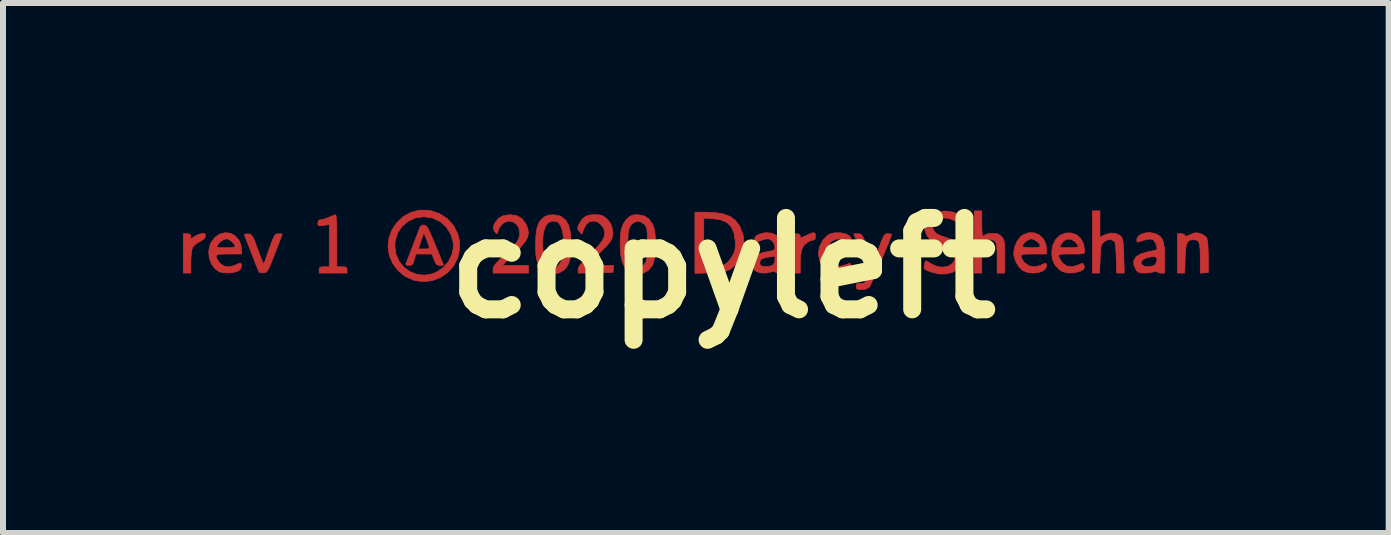
<source format=kicad_pcb>
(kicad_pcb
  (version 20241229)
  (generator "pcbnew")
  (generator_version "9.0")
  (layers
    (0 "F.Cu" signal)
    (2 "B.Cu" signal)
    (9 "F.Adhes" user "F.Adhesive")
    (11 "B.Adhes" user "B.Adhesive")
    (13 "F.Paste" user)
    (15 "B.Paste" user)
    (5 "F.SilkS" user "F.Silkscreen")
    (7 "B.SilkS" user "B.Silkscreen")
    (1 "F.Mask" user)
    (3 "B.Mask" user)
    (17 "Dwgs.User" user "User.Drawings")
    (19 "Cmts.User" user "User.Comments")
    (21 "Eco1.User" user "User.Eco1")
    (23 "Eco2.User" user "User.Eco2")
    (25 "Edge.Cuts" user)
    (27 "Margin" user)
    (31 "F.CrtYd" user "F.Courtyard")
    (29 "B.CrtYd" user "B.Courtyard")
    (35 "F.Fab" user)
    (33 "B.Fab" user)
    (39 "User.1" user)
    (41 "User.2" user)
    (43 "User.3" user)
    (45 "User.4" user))
  (footprint "copyleft"
    (layer "F.Cu")
    (at 9.001 1.418)
    (property "Reference" "copyleft" (at 0 0 0) (layer "F.SilkS") (effects (font (size 1.524 1.524) (thickness 0.3))))
    (attr through_hole)
    (fp_poly (pts (xy -8.643 -0.575) (xy -8.627 -0.555) (xy -8.625 -0.535) (xy -8.638 -0.497) (xy -8.681 -0.461) (xy -8.721 -0.44) (xy -8.782 -0.401) (xy -8.829 -0.357) (xy -8.842 -0.339) (xy -8.854 -0.292) (xy -8.864 -0.217) (xy -8.868 -0.125) (xy -8.869 -0.101) (xy -8.869 0.085) (xy -8.996 0.085) (xy -8.996 -0.572) (xy -8.932 -0.572) (xy -8.886 -0.565) (xy -8.87 -0.54) (xy -8.869 -0.528) (xy -8.869 -0.484) (xy -8.809 -0.526) (xy -8.748 -0.558) (xy -8.688 -0.575) (xy -8.643 -0.575)) (stroke (width 0.01) (type solid)) (fill yes) (layer "F.Cu"))
    (fp_poly (pts (xy 1.537 -0.578) (xy 1.545 -0.541) (xy 1.545 -0.529) (xy 1.538 -0.481) (xy 1.512 -0.466) (xy 1.508 -0.466) (xy 1.466 -0.455) (xy 1.411 -0.429) (xy 1.404 -0.424) (xy 1.353 -0.38) (xy 1.319 -0.314) (xy 1.299 -0.221) (xy 1.291 -0.094) (xy 1.291 -0.069) (xy 1.291 0.085) (xy 1.164 0.085) (xy 1.164 -0.572) (xy 1.228 -0.572) (xy 1.275 -0.564) (xy 1.291 -0.539) (xy 1.291 -0.532) (xy 1.294 -0.511) (xy 1.309 -0.506) (xy 1.345 -0.52) (xy 1.39 -0.543) (xy 1.466 -0.578) (xy 1.513 -0.59) (xy 1.537 -0.578)) (stroke (width 0.01) (type solid)) (fill yes) (layer "F.Cu"))
    (fp_poly (pts (xy 6.287 -0.513) (xy 6.369 -0.554) (xy 6.461 -0.582) (xy 6.55 -0.577) (xy 6.624 -0.54) (xy 6.64 -0.525) (xy 6.656 -0.501) (xy 6.667 -0.466) (xy 6.675 -0.411) (xy 6.681 -0.331) (xy 6.685 -0.216) (xy 6.685 -0.199) (xy 6.692 0.085) (xy 6.565 0.085) (xy 6.558 -0.168) (xy 6.554 -0.269) (xy 6.547 -0.353) (xy 6.539 -0.414) (xy 6.53 -0.441) (xy 6.469 -0.474) (xy 6.403 -0.466) (xy 6.359 -0.438) (xy 6.333 -0.414) (xy 6.316 -0.388) (xy 6.305 -0.351) (xy 6.298 -0.294) (xy 6.293 -0.209) (xy 6.291 -0.151) (xy 6.281 0.085) (xy 6.16 0.085) (xy 6.16 -0.953) (xy 6.287 -0.953) (xy 6.287 -0.513)) (stroke (width 0.01) (type solid)) (fill yes) (layer "F.Cu"))
    (fp_poly (pts (xy -6.448 -0.869) (xy -6.443 -0.813) (xy -6.439 -0.726) (xy -6.436 -0.616) (xy -6.435 -0.489) (xy -6.435 -0.455) (xy -6.435 -0.021) (xy -6.35 -0.021) (xy -6.295 -0.018) (xy -6.271 -0.005) (xy -6.265 0.027) (xy -6.265 0.032) (xy -6.265 0.085) (xy -6.731 0.085) (xy -6.731 0.032) (xy -6.726 -0.002) (xy -6.705 -0.017) (xy -6.654 -0.021) (xy -6.646 -0.021) (xy -6.562 -0.021) (xy -6.562 -0.724) (xy -6.657 -0.71) (xy -6.715 -0.703) (xy -6.743 -0.708) (xy -6.752 -0.729) (xy -6.752 -0.75) (xy -6.743 -0.792) (xy -6.71 -0.805) (xy -6.705 -0.805) (xy -6.657 -0.814) (xy -6.592 -0.836) (xy -6.565 -0.847) (xy -6.506 -0.872) (xy -6.464 -0.887) (xy -6.454 -0.889) (xy -6.448 -0.869)) (stroke (width 0.01) (type solid)) (fill yes) (layer "F.Cu"))
    (fp_poly (pts (xy 7.96 -0.574) (xy 8.019 -0.547) (xy 8.062 -0.511) (xy 8.067 -0.503) (xy 8.078 -0.461) (xy 8.087 -0.385) (xy 8.092 -0.281) (xy 8.094 -0.191) (xy 8.096 0.074) (xy 8.027 0.081) (xy 7.959 0.087) (xy 7.959 -0.165) (xy 7.957 -0.285) (xy 7.951 -0.369) (xy 7.938 -0.424) (xy 7.916 -0.455) (xy 7.882 -0.468) (xy 7.84 -0.471) (xy 7.792 -0.465) (xy 7.757 -0.445) (xy 7.734 -0.403) (xy 7.719 -0.334) (xy 7.711 -0.232) (xy 7.708 -0.158) (xy 7.701 0.085) (xy 7.578 0.085) (xy 7.578 -0.572) (xy 7.641 -0.572) (xy 7.69 -0.563) (xy 7.705 -0.542) (xy 7.713 -0.528) (xy 7.744 -0.535) (xy 7.791 -0.556) (xy 7.852 -0.582) (xy 7.901 -0.587) (xy 7.96 -0.574)) (stroke (width 0.01) (type solid)) (fill yes) (layer "F.Cu"))
    (fp_poly (pts (xy -0.126 -0.924) (xy 0.013 -0.9) (xy 0.123 -0.858) (xy 0.208 -0.795) (xy 0.274 -0.709) (xy 0.29 -0.679) (xy 0.341 -0.539) (xy 0.355 -0.397) (xy 0.333 -0.259) (xy 0.277 -0.135) (xy 0.24 -0.087) (xy 0.183 -0.025) (xy 0.127 0.019) (xy 0.063 0.048) (xy -0.018 0.066) (xy -0.125 0.076) (xy -0.217 0.081) (xy -0.466 0.09) (xy -0.466 -0.017) (xy -0.318 -0.017) (xy -0.16 -0.025) (xy -0.059 -0.034) (xy 0.011 -0.051) (xy 0.057 -0.076) (xy 0.103 -0.121) (xy 0.15 -0.185) (xy 0.166 -0.213) (xy 0.194 -0.275) (xy 0.206 -0.335) (xy 0.208 -0.412) (xy 0.206 -0.448) (xy 0.185 -0.584) (xy 0.14 -0.686) (xy 0.068 -0.758) (xy -0.035 -0.802) (xy -0.163 -0.821) (xy -0.318 -0.831) (xy -0.318 -0.017) (xy -0.466 -0.017) (xy -0.466 -0.931) (xy -0.299 -0.931) (xy -0.126 -0.924)) (stroke (width 0.01) (type solid)) (fill yes) (layer "F.Cu"))
    (fp_poly (pts (xy 4.318 -0.741) (xy 4.319 -0.638) (xy 4.324 -0.572) (xy 4.334 -0.539) (xy 4.351 -0.534) (xy 4.375 -0.553) (xy 4.377 -0.554) (xy 4.411 -0.569) (xy 4.471 -0.577) (xy 4.501 -0.579) (xy 4.57 -0.574) (xy 4.615 -0.554) (xy 4.649 -0.521) (xy 4.67 -0.495) (xy 4.684 -0.466) (xy 4.692 -0.426) (xy 4.697 -0.367) (xy 4.699 -0.281) (xy 4.699 -0.189) (xy 4.699 0.085) (xy 4.572 0.085) (xy 4.572 -0.167) (xy 4.571 -0.28) (xy 4.567 -0.359) (xy 4.557 -0.41) (xy 4.539 -0.442) (xy 4.51 -0.462) (xy 4.472 -0.475) (xy 4.426 -0.475) (xy 4.378 -0.442) (xy 4.371 -0.436) (xy 4.348 -0.41) (xy 4.333 -0.383) (xy 4.324 -0.344) (xy 4.319 -0.285) (xy 4.318 -0.196) (xy 4.318 -0.149) (xy 4.318 0.085) (xy 4.191 0.085) (xy 4.191 -0.953) (xy 4.318 -0.953) (xy 4.318 -0.741)) (stroke (width 0.01) (type solid)) (fill yes) (layer "F.Cu"))
    (fp_poly (pts (xy 1.965 -0.587) (xy 2.045 -0.57) (xy 2.105 -0.541) (xy 2.136 -0.503) (xy 2.138 -0.489) (xy 2.129 -0.447) (xy 2.098 -0.434) (xy 2.04 -0.449) (xy 2.024 -0.455) (xy 1.944 -0.482) (xy 1.882 -0.48) (xy 1.824 -0.45) (xy 1.803 -0.434) (xy 1.744 -0.359) (xy 1.721 -0.267) (xy 1.735 -0.169) (xy 1.75 -0.133) (xy 1.799 -0.064) (xy 1.866 -0.029) (xy 1.953 -0.028) (xy 2.064 -0.059) (xy 2.101 -0.073) (xy 2.128 -0.077) (xy 2.137 -0.05) (xy 2.138 -0.035) (xy 2.119 0.016) (xy 2.069 0.054) (xy 1.997 0.078) (xy 1.914 0.086) (xy 1.828 0.076) (xy 1.751 0.047) (xy 1.734 0.037) (xy 1.656 -0.04) (xy 1.609 -0.136) (xy 1.593 -0.244) (xy 1.61 -0.353) (xy 1.661 -0.455) (xy 1.691 -0.492) (xy 1.747 -0.545) (xy 1.798 -0.573) (xy 1.864 -0.586) (xy 1.875 -0.587) (xy 1.965 -0.587)) (stroke (width 0.01) (type solid)) (fill yes) (layer "F.Cu"))
    (fp_poly (pts (xy -3.433 -0.872) (xy -3.347 -0.822) (xy -3.284 -0.736) (xy -3.28 -0.729) (xy -3.25 -0.653) (xy -3.241 -0.584) (xy -3.254 -0.515) (xy -3.294 -0.442) (xy -3.362 -0.357) (xy -3.46 -0.254) (xy -3.487 -0.228) (xy -3.678 -0.042) (xy -3.239 -0.042) (xy -3.239 0.085) (xy -3.831 0.085) (xy -3.831 0.023) (xy -3.826 -0.01) (xy -3.806 -0.047) (xy -3.766 -0.093) (xy -3.703 -0.157) (xy -3.651 -0.205) (xy -3.548 -0.302) (xy -3.474 -0.38) (xy -3.426 -0.445) (xy -3.399 -0.504) (xy -3.388 -0.562) (xy -3.387 -0.587) (xy -3.403 -0.672) (xy -3.446 -0.735) (xy -3.507 -0.773) (xy -3.577 -0.782) (xy -3.646 -0.758) (xy -3.692 -0.718) (xy -3.727 -0.666) (xy -3.746 -0.62) (xy -3.747 -0.612) (xy -3.756 -0.577) (xy -3.779 -0.577) (xy -3.807 -0.61) (xy -3.814 -0.626) (xy -3.827 -0.67) (xy -3.818 -0.715) (xy -3.799 -0.754) (xy -3.739 -0.831) (xy -3.655 -0.875) (xy -3.544 -0.889) (xy -3.433 -0.872)) (stroke (width 0.01) (type solid)) (fill yes) (layer "F.Cu"))
    (fp_poly (pts (xy -2.058 -0.886) (xy -2.007 -0.873) (xy -1.962 -0.844) (xy -1.934 -0.82) (xy -1.871 -0.743) (xy -1.845 -0.666) (xy -1.835 -0.596) (xy -1.836 -0.538) (xy -1.85 -0.486) (xy -1.883 -0.432) (xy -1.938 -0.368) (xy -2.019 -0.286) (xy -2.057 -0.249) (xy -2.27 -0.042) (xy -1.818 -0.042) (xy -1.824 0.016) (xy -1.831 0.074) (xy -2.122 0.08) (xy -2.413 0.086) (xy -2.413 0.027) (xy -2.406 -0.006) (xy -2.383 -0.046) (xy -2.34 -0.1) (xy -2.271 -0.173) (xy -2.221 -0.223) (xy -2.124 -0.321) (xy -2.054 -0.398) (xy -2.009 -0.46) (xy -1.982 -0.512) (xy -1.97 -0.562) (xy -1.968 -0.593) (xy -1.986 -0.66) (xy -2.031 -0.722) (xy -2.091 -0.768) (xy -2.148 -0.783) (xy -2.221 -0.771) (xy -2.274 -0.731) (xy -2.316 -0.655) (xy -2.317 -0.652) (xy -2.353 -0.561) (xy -2.393 -0.61) (xy -2.417 -0.643) (xy -2.422 -0.671) (xy -2.407 -0.71) (xy -2.392 -0.741) (xy -2.342 -0.819) (xy -2.282 -0.865) (xy -2.202 -0.886) (xy -2.133 -0.889) (xy -2.058 -0.886)) (stroke (width 0.01) (type solid)) (fill yes) (layer "F.Cu"))
    (fp_poly (pts (xy -7.363 -0.57) (xy -7.345 -0.565) (xy -7.352 -0.544) (xy -7.372 -0.491) (xy -7.403 -0.412) (xy -7.44 -0.313) (xy -7.468 -0.242) (xy -7.514 -0.124) (xy -7.549 -0.04) (xy -7.575 0.017) (xy -7.596 0.052) (xy -7.616 0.07) (xy -7.638 0.078) (xy -7.656 0.081) (xy -7.705 0.08) (xy -7.732 0.07) (xy -7.732 0.07) (xy -7.743 0.045) (xy -7.766 -0.012) (xy -7.799 -0.093) (xy -7.837 -0.192) (xy -7.853 -0.233) (xy -7.893 -0.337) (xy -7.929 -0.428) (xy -7.956 -0.498) (xy -7.972 -0.54) (xy -7.975 -0.547) (xy -7.971 -0.565) (xy -7.934 -0.569) (xy -7.915 -0.568) (xy -7.885 -0.563) (xy -7.862 -0.552) (xy -7.842 -0.528) (xy -7.819 -0.484) (xy -7.791 -0.412) (xy -7.758 -0.323) (xy -7.723 -0.23) (xy -7.693 -0.152) (xy -7.67 -0.097) (xy -7.659 -0.074) (xy -7.647 -0.085) (xy -7.63 -0.126) (xy -7.622 -0.15) (xy -7.602 -0.212) (xy -7.572 -0.297) (xy -7.538 -0.388) (xy -7.532 -0.404) (xy -7.5 -0.486) (xy -7.476 -0.536) (xy -7.454 -0.561) (xy -7.428 -0.57) (xy -7.406 -0.572) (xy -7.363 -0.57)) (stroke (width 0.01) (type solid)) (fill yes) (layer "F.Cu"))
    (fp_poly (pts (xy -4.958 -0.709) (xy -4.938 -0.692) (xy -4.915 -0.659) (xy -4.887 -0.604) (xy -4.851 -0.522) (xy -4.803 -0.407) (xy -4.792 -0.381) (xy -4.747 -0.272) (xy -4.709 -0.178) (xy -4.679 -0.105) (xy -4.661 -0.06) (xy -4.657 -0.048) (xy -4.675 -0.044) (xy -4.717 -0.042) (xy -4.757 -0.048) (xy -4.784 -0.072) (xy -4.809 -0.124) (xy -4.814 -0.138) (xy -4.851 -0.233) (xy -5.117 -0.233) (xy -5.144 -0.138) (xy -5.163 -0.079) (xy -5.184 -0.051) (xy -5.218 -0.043) (xy -5.233 -0.042) (xy -5.276 -0.047) (xy -5.286 -0.064) (xy -5.281 -0.079) (xy -5.268 -0.112) (xy -5.244 -0.176) (xy -5.21 -0.262) (xy -5.189 -0.318) (xy -5.075 -0.318) (xy -4.981 -0.318) (xy -4.923 -0.319) (xy -4.899 -0.328) (xy -4.897 -0.35) (xy -4.901 -0.365) (xy -4.919 -0.415) (xy -4.943 -0.481) (xy -4.95 -0.499) (xy -4.985 -0.586) (xy -5.03 -0.452) (xy -5.075 -0.318) (xy -5.189 -0.318) (xy -5.172 -0.362) (xy -5.165 -0.381) (xy -5.126 -0.482) (xy -5.091 -0.572) (xy -5.065 -0.641) (xy -5.049 -0.68) (xy -5.048 -0.684) (xy -5.015 -0.714) (xy -4.979 -0.716) (xy -4.958 -0.709)) (stroke (width 0.01) (type solid)) (fill yes) (layer "F.Cu"))
    (fp_poly (pts (xy 2.279 -0.57) (xy 2.302 -0.562) (xy 2.322 -0.541) (xy 2.344 -0.501) (xy 2.373 -0.434) (xy 2.413 -0.335) (xy 2.417 -0.326) (xy 2.514 -0.081) (xy 2.54 -0.162) (xy 2.561 -0.222) (xy 2.59 -0.304) (xy 2.624 -0.394) (xy 2.629 -0.407) (xy 2.661 -0.488) (xy 2.684 -0.537) (xy 2.706 -0.562) (xy 2.732 -0.571) (xy 2.753 -0.572) (xy 2.797 -0.569) (xy 2.815 -0.563) (xy 2.807 -0.535) (xy 2.785 -0.476) (xy 2.752 -0.392) (xy 2.71 -0.291) (xy 2.664 -0.179) (xy 2.615 -0.063) (xy 2.567 0.049) (xy 2.522 0.15) (xy 2.485 0.234) (xy 2.457 0.294) (xy 2.442 0.321) (xy 2.441 0.321) (xy 2.387 0.352) (xy 2.314 0.36) (xy 2.257 0.358) (xy 2.23 0.346) (xy 2.223 0.318) (xy 2.223 0.306) (xy 2.227 0.269) (xy 2.251 0.256) (xy 2.291 0.258) (xy 2.334 0.258) (xy 2.364 0.242) (xy 2.393 0.201) (xy 2.41 0.169) (xy 2.461 0.074) (xy 2.35 -0.18) (xy 2.305 -0.282) (xy 2.264 -0.376) (xy 2.231 -0.452) (xy 2.21 -0.5) (xy 2.209 -0.503) (xy 2.18 -0.572) (xy 2.249 -0.572) (xy 2.279 -0.57)) (stroke (width 0.01) (type solid)) (fill yes) (layer "F.Cu"))
    (fp_poly (pts (xy -4.872 -0.957) (xy -4.721 -0.906) (xy -4.593 -0.823) (xy -4.494 -0.713) (xy -4.493 -0.712) (xy -4.422 -0.579) (xy -4.388 -0.445) (xy -4.388 -0.312) (xy -4.421 -0.165) (xy -4.488 -0.035) (xy -4.583 0.073) (xy -4.701 0.155) (xy -4.835 0.208) (xy -4.979 0.228) (xy -5.129 0.211) (xy -5.161 0.201) (xy -5.3 0.138) (xy -5.415 0.044) (xy -5.503 -0.074) (xy -5.561 -0.208) (xy -5.583 -0.353) (xy -5.581 -0.37) (xy -5.468 -0.37) (xy -5.45 -0.232) (xy -5.397 -0.112) (xy -5.317 -0.013) (xy -5.215 0.061) (xy -5.097 0.106) (xy -4.97 0.119) (xy -4.839 0.096) (xy -4.766 0.065) (xy -4.66 -0.01) (xy -4.575 -0.11) (xy -4.517 -0.225) (xy -4.492 -0.347) (xy -4.496 -0.425) (xy -4.538 -0.567) (xy -4.612 -0.684) (xy -4.713 -0.774) (xy -4.837 -0.832) (xy -4.978 -0.854) (xy -4.987 -0.854) (xy -5.124 -0.835) (xy -5.246 -0.78) (xy -5.346 -0.695) (xy -5.42 -0.586) (xy -5.461 -0.456) (xy -5.468 -0.37) (xy -5.581 -0.37) (xy -5.571 -0.481) (xy -5.521 -0.629) (xy -5.439 -0.754) (xy -5.332 -0.855) (xy -5.205 -0.926) (xy -5.065 -0.964) (xy -4.916 -0.964) (xy -4.872 -0.957)) (stroke (width 0.01) (type solid)) (fill yes) (layer "F.Cu"))
    (fp_poly (pts (xy -2.723 -0.869) (xy -2.686 -0.852) (xy -2.619 -0.796) (xy -2.572 -0.714) (xy -2.543 -0.602) (xy -2.531 -0.456) (xy -2.53 -0.402) (xy -2.534 -0.262) (xy -2.546 -0.156) (xy -2.571 -0.074) (xy -2.608 -0.01) (xy -2.645 0.031) (xy -2.72 0.078) (xy -2.813 0.1) (xy -2.907 0.096) (xy -2.967 0.075) (xy -3.009 0.037) (xy -3.053 -0.022) (xy -3.072 -0.058) (xy -3.095 -0.108) (xy -3.109 -0.157) (xy -3.117 -0.217) (xy -3.121 -0.298) (xy -3.121 -0.402) (xy -3.121 -0.419) (xy -3.006 -0.419) (xy -2.997 -0.282) (xy -2.975 -0.168) (xy -2.939 -0.081) (xy -2.894 -0.023) (xy -2.841 0.002) (xy -2.784 -0.01) (xy -2.734 -0.05) (xy -2.696 -0.112) (xy -2.67 -0.2) (xy -2.656 -0.304) (xy -2.652 -0.416) (xy -2.66 -0.527) (xy -2.678 -0.627) (xy -2.706 -0.707) (xy -2.744 -0.759) (xy -2.763 -0.77) (xy -2.842 -0.783) (xy -2.907 -0.758) (xy -2.957 -0.695) (xy -2.989 -0.597) (xy -3.005 -0.466) (xy -3.006 -0.419) (xy -3.121 -0.419) (xy -3.116 -0.552) (xy -3.099 -0.666) (xy -3.068 -0.753) (xy -3.022 -0.816) (xy -2.976 -0.854) (xy -2.902 -0.882) (xy -2.811 -0.887) (xy -2.723 -0.869)) (stroke (width 0.01) (type solid)) (fill yes) (layer "F.Cu"))
    (fp_poly (pts (xy -8.211 -0.58) (xy -8.132 -0.538) (xy -8.068 -0.464) (xy -8.051 -0.429) (xy -8.03 -0.361) (xy -8.022 -0.297) (xy -8.022 -0.233) (xy -8.234 -0.233) (xy -8.33 -0.232) (xy -8.392 -0.229) (xy -8.427 -0.223) (xy -8.442 -0.211) (xy -8.445 -0.193) (xy -8.445 -0.192) (xy -8.432 -0.15) (xy -8.4 -0.098) (xy -8.391 -0.086) (xy -8.322 -0.035) (xy -8.237 -0.02) (xy -8.144 -0.042) (xy -8.12 -0.053) (xy -8.064 -0.079) (xy -8.034 -0.079) (xy -8.023 -0.052) (xy -8.022 -0.032) (xy -8.039 0.018) (xy -8.085 0.052) (xy -8.153 0.073) (xy -8.241 0.082) (xy -8.329 0.079) (xy -8.393 0.064) (xy -8.47 0.011) (xy -8.528 -0.071) (xy -8.563 -0.171) (xy -8.572 -0.278) (xy -8.556 -0.359) (xy -8.433 -0.359) (xy -8.426 -0.347) (xy -8.396 -0.341) (xy -8.335 -0.339) (xy -8.287 -0.339) (xy -8.203 -0.341) (xy -8.147 -0.349) (xy -8.128 -0.361) (xy -8.144 -0.396) (xy -8.183 -0.437) (xy -8.23 -0.472) (xy -8.27 -0.487) (xy -8.27 -0.487) (xy -8.327 -0.47) (xy -8.386 -0.429) (xy -8.425 -0.38) (xy -8.433 -0.359) (xy -8.556 -0.359) (xy -8.551 -0.383) (xy -8.533 -0.424) (xy -8.468 -0.511) (xy -8.387 -0.566) (xy -8.299 -0.589) (xy -8.211 -0.58)) (stroke (width 0.01) (type solid)) (fill yes) (layer "F.Cu"))
    (fp_poly (pts (xy 5.189 -0.587) (xy 5.273 -0.554) (xy 5.341 -0.491) (xy 5.384 -0.403) (xy 5.397 -0.309) (xy 5.397 -0.233) (xy 5.186 -0.233) (xy 5.09 -0.232) (xy 5.028 -0.23) (xy 4.993 -0.223) (xy 4.978 -0.212) (xy 4.974 -0.193) (xy 4.974 -0.189) (xy 4.989 -0.146) (xy 5.024 -0.096) (xy 5.036 -0.083) (xy 5.112 -0.034) (xy 5.203 -0.021) (xy 5.294 -0.043) (xy 5.313 -0.053) (xy 5.364 -0.078) (xy 5.389 -0.077) (xy 5.397 -0.047) (xy 5.397 -0.032) (xy 5.379 0.017) (xy 5.328 0.054) (xy 5.256 0.077) (xy 5.173 0.085) (xy 5.087 0.076) (xy 5.009 0.047) (xy 4.999 0.042) (xy 4.935 -0.018) (xy 4.883 -0.105) (xy 4.853 -0.202) (xy 4.848 -0.254) (xy 4.864 -0.35) (xy 4.872 -0.369) (xy 4.995 -0.369) (xy 5.005 -0.352) (xy 5.041 -0.343) (xy 5.108 -0.339) (xy 5.144 -0.339) (xy 5.225 -0.341) (xy 5.272 -0.348) (xy 5.29 -0.362) (xy 5.292 -0.369) (xy 5.275 -0.404) (xy 5.234 -0.444) (xy 5.184 -0.475) (xy 5.144 -0.487) (xy 5.099 -0.473) (xy 5.049 -0.441) (xy 5.01 -0.401) (xy 4.995 -0.369) (xy 4.872 -0.369) (xy 4.904 -0.445) (xy 4.963 -0.521) (xy 4.999 -0.55) (xy 5.096 -0.588) (xy 5.189 -0.587)) (stroke (width 0.01) (type solid)) (fill yes) (layer "F.Cu"))
    (fp_poly (pts (xy 5.891 -0.557) (xy 5.965 -0.494) (xy 6.014 -0.403) (xy 6.032 -0.289) (xy 6.032 -0.28) (xy 6.031 -0.259) (xy 6.02 -0.245) (xy 5.993 -0.238) (xy 5.942 -0.234) (xy 5.86 -0.233) (xy 5.812 -0.233) (xy 5.714 -0.233) (xy 5.651 -0.23) (xy 5.616 -0.225) (xy 5.601 -0.215) (xy 5.601 -0.197) (xy 5.603 -0.185) (xy 5.625 -0.138) (xy 5.664 -0.085) (xy 5.669 -0.079) (xy 5.739 -0.032) (xy 5.825 -0.022) (xy 5.92 -0.05) (xy 5.931 -0.055) (xy 5.977 -0.075) (xy 6.003 -0.073) (xy 6.014 -0.06) (xy 6.031 -0.012) (xy 6.011 0.025) (xy 5.959 0.054) (xy 5.853 0.082) (xy 5.747 0.083) (xy 5.654 0.057) (xy 5.61 0.029) (xy 5.535 -0.052) (xy 5.494 -0.146) (xy 5.482 -0.258) (xy 5.497 -0.362) (xy 5.622 -0.362) (xy 5.625 -0.348) (xy 5.65 -0.341) (xy 5.704 -0.339) (xy 5.767 -0.339) (xy 5.852 -0.341) (xy 5.907 -0.349) (xy 5.927 -0.361) (xy 5.913 -0.39) (xy 5.879 -0.43) (xy 5.875 -0.435) (xy 5.808 -0.478) (xy 5.74 -0.482) (xy 5.677 -0.446) (xy 5.633 -0.386) (xy 5.622 -0.362) (xy 5.497 -0.362) (xy 5.499 -0.375) (xy 5.545 -0.471) (xy 5.617 -0.542) (xy 5.707 -0.581) (xy 5.796 -0.586) (xy 5.891 -0.557)) (stroke (width 0.01) (type solid)) (fill yes) (layer "F.Cu"))
    (fp_poly (pts (xy -1.317 -0.872) (xy -1.234 -0.82) (xy -1.171 -0.731) (xy -1.153 -0.689) (xy -1.135 -0.614) (xy -1.125 -0.513) (xy -1.122 -0.397) (xy -1.127 -0.279) (xy -1.139 -0.171) (xy -1.157 -0.085) (xy -1.171 -0.047) (xy -1.236 0.035) (xy -1.322 0.086) (xy -1.419 0.103) (xy -1.516 0.085) (xy -1.568 0.058) (xy -1.632 -0.005) (xy -1.677 -0.098) (xy -1.704 -0.223) (xy -1.713 -0.384) (xy -1.713 -0.392) (xy -1.712 -0.458) (xy -1.584 -0.458) (xy -1.582 -0.292) (xy -1.563 -0.164) (xy -1.527 -0.073) (xy -1.5 -0.04) (xy -1.442 -0.007) (xy -1.378 -0.012) (xy -1.318 -0.054) (xy -1.304 -0.07) (xy -1.285 -0.099) (xy -1.273 -0.133) (xy -1.265 -0.18) (xy -1.261 -0.249) (xy -1.26 -0.348) (xy -1.259 -0.402) (xy -1.26 -0.514) (xy -1.262 -0.593) (xy -1.267 -0.645) (xy -1.277 -0.681) (xy -1.292 -0.707) (xy -1.312 -0.73) (xy -1.376 -0.773) (xy -1.444 -0.776) (xy -1.508 -0.74) (xy -1.532 -0.713) (xy -1.555 -0.674) (xy -1.57 -0.625) (xy -1.579 -0.554) (xy -1.584 -0.458) (xy -1.712 -0.458) (xy -1.709 -0.533) (xy -1.695 -0.641) (xy -1.666 -0.724) (xy -1.623 -0.792) (xy -1.598 -0.819) (xy -1.548 -0.863) (xy -1.5 -0.883) (xy -1.433 -0.889) (xy -1.422 -0.889) (xy -1.317 -0.872)) (stroke (width 0.01) (type solid)) (fill yes) (layer "F.Cu"))
    (fp_poly (pts (xy 3.85 -0.929) (xy 3.857 -0.927) (xy 3.923 -0.9) (xy 3.953 -0.864) (xy 3.953 -0.811) (xy 3.949 -0.793) (xy 3.937 -0.756) (xy 3.917 -0.754) (xy 3.889 -0.772) (xy 3.836 -0.8) (xy 3.77 -0.825) (xy 3.763 -0.827) (xy 3.682 -0.834) (xy 3.606 -0.816) (xy 3.545 -0.778) (xy 3.507 -0.726) (xy 3.501 -0.666) (xy 3.503 -0.655) (xy 3.527 -0.607) (xy 3.57 -0.569) (xy 3.64 -0.536) (xy 3.724 -0.508) (xy 3.848 -0.46) (xy 3.933 -0.397) (xy 3.984 -0.317) (xy 4.003 -0.214) (xy 4.001 -0.148) (xy 3.974 -0.054) (xy 3.915 0.02) (xy 3.829 0.072) (xy 3.724 0.099) (xy 3.606 0.1) (xy 3.48 0.071) (xy 3.456 0.062) (xy 3.394 0.036) (xy 3.362 0.015) (xy 3.354 -0.011) (xy 3.359 -0.049) (xy 3.371 -0.104) (xy 3.386 -0.122) (xy 3.415 -0.109) (xy 3.444 -0.089) (xy 3.544 -0.036) (xy 3.646 -0.014) (xy 3.739 -0.024) (xy 3.755 -0.029) (xy 3.828 -0.076) (xy 3.865 -0.137) (xy 3.87 -0.203) (xy 3.843 -0.267) (xy 3.787 -0.323) (xy 3.703 -0.362) (xy 3.669 -0.37) (xy 3.553 -0.407) (xy 3.462 -0.466) (xy 3.4 -0.542) (xy 3.369 -0.629) (xy 3.374 -0.721) (xy 3.412 -0.804) (xy 3.492 -0.887) (xy 3.594 -0.937) (xy 3.715 -0.951) (xy 3.85 -0.929)) (stroke (width 0.01) (type solid)) (fill yes) (layer "F.Cu"))
    (fp_poly (pts (xy 7.202 -0.576) (xy 7.24 -0.561) (xy 7.29 -0.527) (xy 7.325 -0.483) (xy 7.348 -0.42) (xy 7.361 -0.332) (xy 7.366 -0.211) (xy 7.366 -0.16) (xy 7.366 0.085) (xy 7.303 0.085) (xy 7.258 0.079) (xy 7.239 0.064) (xy 7.239 0.064) (xy 7.222 0.054) (xy 7.185 0.064) (xy 7.13 0.077) (xy 7.057 0.084) (xy 7.026 0.085) (xy 6.958 0.081) (xy 6.917 0.065) (xy 6.892 0.037) (xy 6.851 -0.051) (xy 6.851 -0.099) (xy 6.972 -0.099) (xy 6.979 -0.061) (xy 7.021 -0.032) (xy 7.092 -0.021) (xy 7.155 -0.03) (xy 7.202 -0.051) (xy 7.206 -0.054) (xy 7.232 -0.102) (xy 7.239 -0.139) (xy 7.229 -0.175) (xy 7.195 -0.19) (xy 7.132 -0.185) (xy 7.066 -0.169) (xy 7.001 -0.138) (xy 6.972 -0.099) (xy 6.851 -0.099) (xy 6.851 -0.127) (xy 6.891 -0.19) (xy 6.969 -0.238) (xy 7.085 -0.271) (xy 7.089 -0.272) (xy 7.16 -0.285) (xy 7.213 -0.298) (xy 7.235 -0.306) (xy 7.238 -0.335) (xy 7.226 -0.383) (xy 7.203 -0.434) (xy 7.176 -0.469) (xy 7.171 -0.473) (xy 7.121 -0.483) (xy 7.045 -0.471) (xy 6.95 -0.44) (xy 6.937 -0.435) (xy 6.91 -0.431) (xy 6.901 -0.458) (xy 6.9 -0.475) (xy 6.919 -0.525) (xy 6.969 -0.562) (xy 7.04 -0.585) (xy 7.121 -0.591) (xy 7.202 -0.576)) (stroke (width 0.01) (type solid)) (fill yes) (layer "F.Cu"))
    (fp_poly (pts (xy 0.814 -0.581) (xy 0.902 -0.541) (xy 0.936 -0.51) (xy 0.96 -0.481) (xy 0.977 -0.453) (xy 0.987 -0.417) (xy 0.992 -0.365) (xy 0.994 -0.288) (xy 0.995 -0.18) (xy 0.995 0.085) (xy 0.931 0.085) (xy 0.887 0.079) (xy 0.868 0.064) (xy 0.868 0.064) (xy 0.851 0.054) (xy 0.814 0.064) (xy 0.728 0.084) (xy 0.64 0.083) (xy 0.566 0.063) (xy 0.53 0.038) (xy 0.494 -0.03) (xy 0.49 -0.064) (xy 0.617 -0.064) (xy 0.64 -0.035) (xy 0.64 -0.035) (xy 0.703 -0.024) (xy 0.776 -0.028) (xy 0.827 -0.043) (xy 0.861 -0.084) (xy 0.868 -0.131) (xy 0.868 -0.196) (xy 0.769 -0.183) (xy 0.704 -0.17) (xy 0.654 -0.153) (xy 0.642 -0.146) (xy 0.618 -0.107) (xy 0.617 -0.064) (xy 0.49 -0.064) (xy 0.487 -0.089) (xy 0.493 -0.148) (xy 0.52 -0.187) (xy 0.556 -0.212) (xy 0.624 -0.244) (xy 0.696 -0.265) (xy 0.699 -0.266) (xy 0.782 -0.28) (xy 0.833 -0.292) (xy 0.858 -0.307) (xy 0.867 -0.327) (xy 0.868 -0.345) (xy 0.852 -0.411) (xy 0.812 -0.462) (xy 0.758 -0.486) (xy 0.75 -0.487) (xy 0.695 -0.479) (xy 0.63 -0.458) (xy 0.621 -0.455) (xy 0.565 -0.432) (xy 0.538 -0.427) (xy 0.53 -0.443) (xy 0.529 -0.477) (xy 0.539 -0.518) (xy 0.575 -0.549) (xy 0.608 -0.564) (xy 0.713 -0.59) (xy 0.814 -0.581)) (stroke (width 0.01) (type solid)) (fill yes) (layer "F.Cu")))
  (gr_rect
    (start -3 -3)
    (end 20.102 5.836)
    (stroke (width 0.1) (type default))
    (fill no)
    (layer "Edge.Cuts")))
</source>
